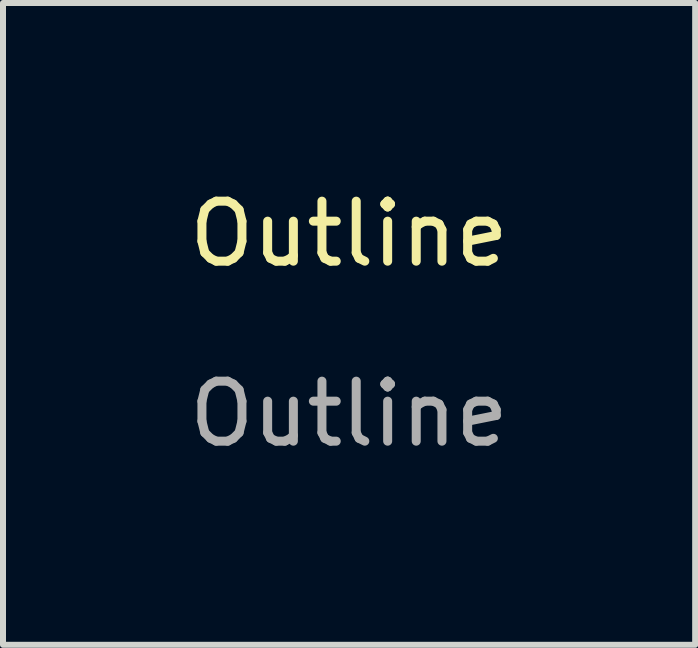
<source format=kicad_pcb>
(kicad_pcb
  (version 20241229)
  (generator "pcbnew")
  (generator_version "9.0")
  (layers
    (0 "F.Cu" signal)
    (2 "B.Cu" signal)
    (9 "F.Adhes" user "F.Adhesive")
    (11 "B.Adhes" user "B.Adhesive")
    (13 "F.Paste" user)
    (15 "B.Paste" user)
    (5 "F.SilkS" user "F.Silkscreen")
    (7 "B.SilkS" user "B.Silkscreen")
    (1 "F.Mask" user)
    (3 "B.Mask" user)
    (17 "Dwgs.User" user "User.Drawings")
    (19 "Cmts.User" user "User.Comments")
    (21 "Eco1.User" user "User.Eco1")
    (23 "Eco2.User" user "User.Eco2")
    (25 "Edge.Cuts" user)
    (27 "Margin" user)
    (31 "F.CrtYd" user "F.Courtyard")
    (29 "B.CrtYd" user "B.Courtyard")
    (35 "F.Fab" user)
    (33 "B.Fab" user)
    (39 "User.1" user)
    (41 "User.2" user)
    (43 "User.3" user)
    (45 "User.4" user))
  (footprint "Outline"
    (layer "F.Cu")
    (at 2.768 1.348)
    (property "Reference" "Outline" (at 0 -0.5 0) (unlocked yes) (layer "F.SilkS") (effects (font (size 1 1) (thickness 0.15))))
    (fp_text user "${REFERENCE}" (at 0 2.5 0) (unlocked yes) (layer "F.Fab") (effects (font (size 1 1) (thickness 0.15)))))
  (gr_rect
    (start -3 -3)
    (end 8.536 7.697)
    (stroke (width 0.1) (type default))
    (fill no)
    (layer "Edge.Cuts")))
</source>
